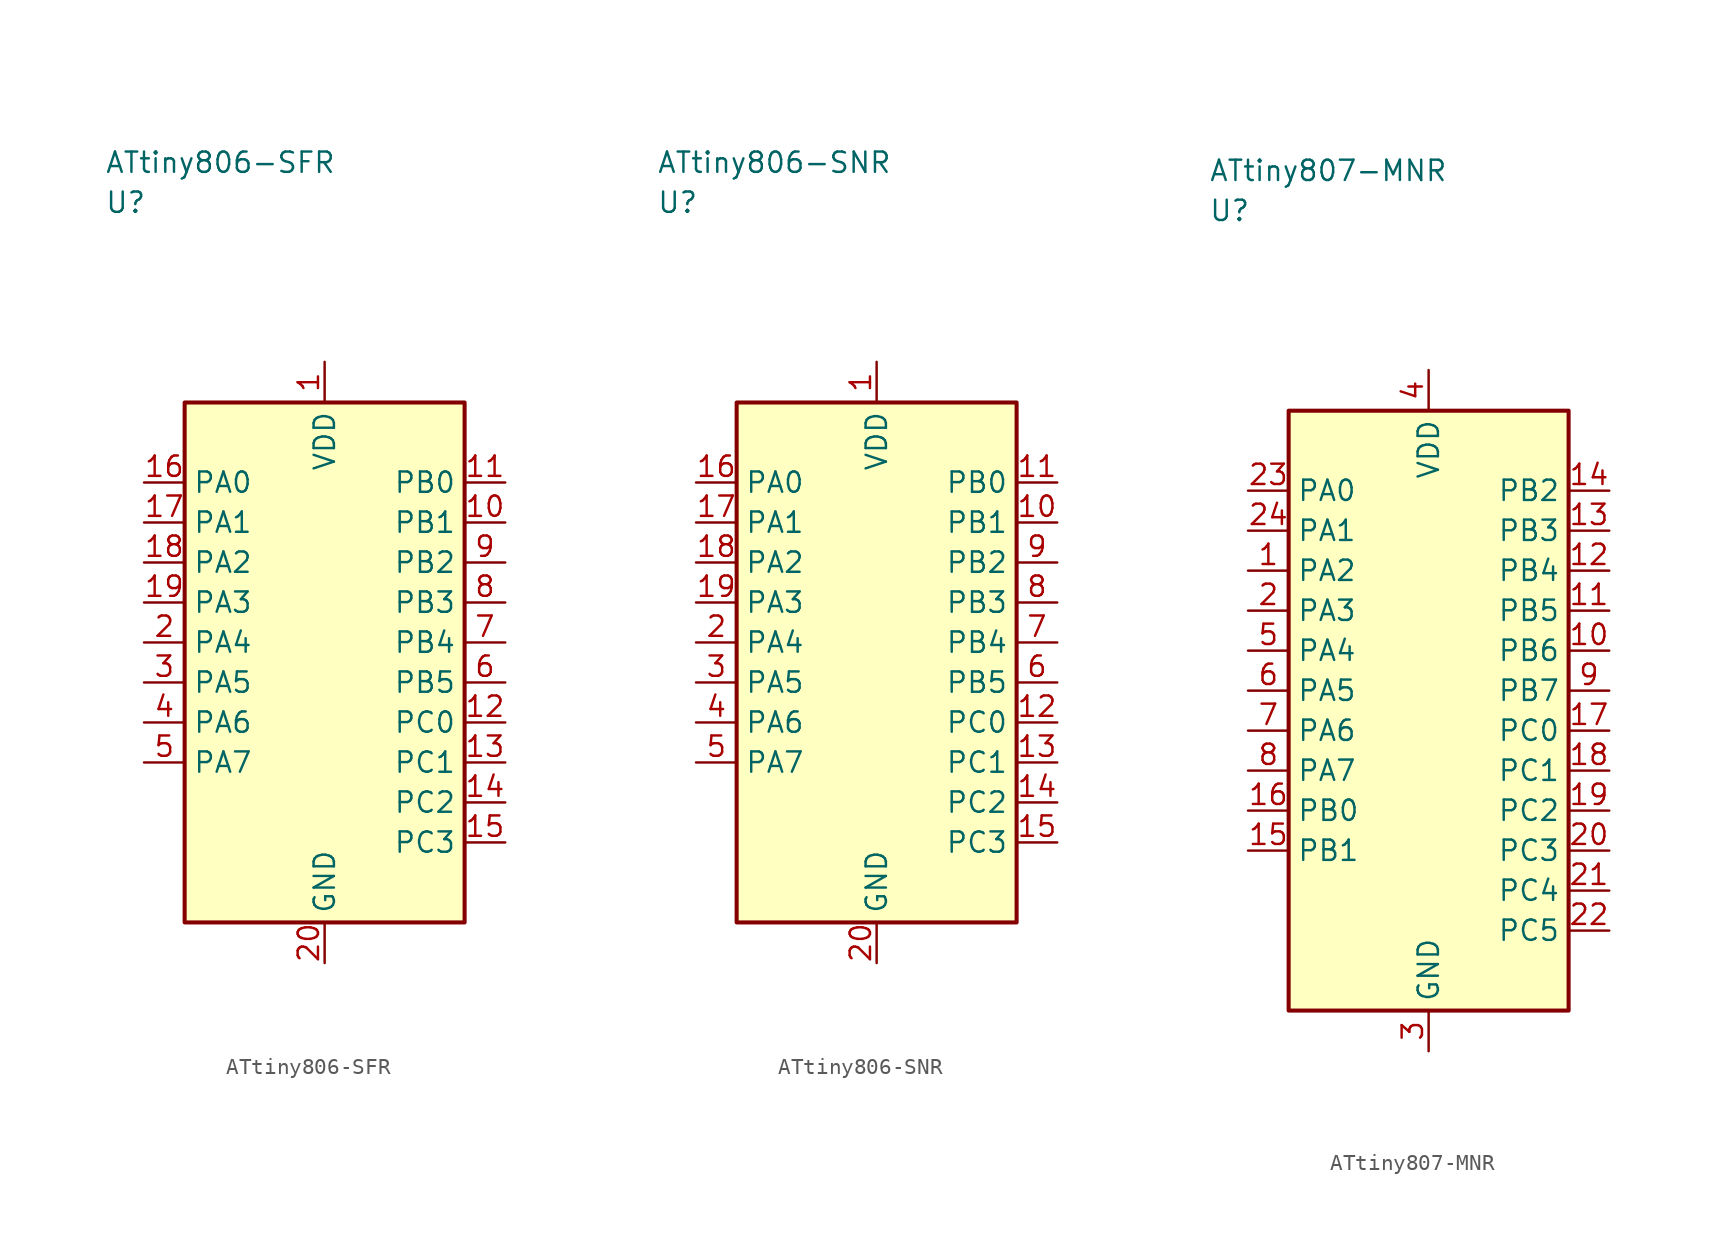
<source format=kicad_sym>
(kicad_symbol_lib
  (version 20241025)
  (generator "kicad_symbol_editor")
  (generator_version "8.0")
  (symbol "ATtiny806-SFR"
    (property "Reference" "U"
      (at -13.75 28.75 0)
      (effects (font (size 1.27 1.27)) (justify left)))
    (property "Value" "ATtiny806-SFR"
      (at -13.75 31.25 0)
      (effects (font (size 1.27 1.27)) (justify left)))
    (symbol "ATtiny806-SFR_0_1"
      (rectangle (start -8.75 16.25) (end 8.75 -16.25) (stroke (width 0.254) (type default)) (fill (type background))))
    (symbol "ATtiny806-SFR_1_1"
      (pin power_in line (at 0.0 18.79 270.0) (length 2.54) (name "VDD" (effects (font (size 1.27 1.27)))) (number "1" (effects (font (size 1.27 1.27)))))
      (pin bidirectional line (at -11.29 1.25 0.0) (length 2.54) (name "PA4" (effects (font (size 1.27 1.27)))) (number "2" (effects (font (size 1.27 1.27)))))
      (pin bidirectional line (at -11.29 -1.25 0.0) (length 2.54) (name "PA5" (effects (font (size 1.27 1.27)))) (number "3" (effects (font (size 1.27 1.27)))))
      (pin bidirectional line (at -11.29 -3.75 0.0) (length 2.54) (name "PA6" (effects (font (size 1.27 1.27)))) (number "4" (effects (font (size 1.27 1.27)))))
      (pin bidirectional line (at -11.29 -6.25 0.0) (length 2.54) (name "PA7" (effects (font (size 1.27 1.27)))) (number "5" (effects (font (size 1.27 1.27)))))
      (pin bidirectional line (at 11.29 -1.25 180.0) (length 2.54) (name "PB5" (effects (font (size 1.27 1.27)))) (number "6" (effects (font (size 1.27 1.27)))))
      (pin bidirectional line (at 11.29 1.25 180.0) (length 2.54) (name "PB4" (effects (font (size 1.27 1.27)))) (number "7" (effects (font (size 1.27 1.27)))))
      (pin bidirectional line (at 11.29 3.75 180.0) (length 2.54) (name "PB3" (effects (font (size 1.27 1.27)))) (number "8" (effects (font (size 1.27 1.27)))))
      (pin bidirectional line (at 11.29 6.25 180.0) (length 2.54) (name "PB2" (effects (font (size 1.27 1.27)))) (number "9" (effects (font (size 1.27 1.27)))))
      (pin bidirectional line (at 11.29 8.75 180.0) (length 2.54) (name "PB1" (effects (font (size 1.27 1.27)))) (number "10" (effects (font (size 1.27 1.27)))))
      (pin bidirectional line (at 11.29 11.25 180.0) (length 2.54) (name "PB0" (effects (font (size 1.27 1.27)))) (number "11" (effects (font (size 1.27 1.27)))))
      (pin bidirectional line (at 11.29 -3.75 180.0) (length 2.54) (name "PC0" (effects (font (size 1.27 1.27)))) (number "12" (effects (font (size 1.27 1.27)))))
      (pin bidirectional line (at 11.29 -6.25 180.0) (length 2.54) (name "PC1" (effects (font (size 1.27 1.27)))) (number "13" (effects (font (size 1.27 1.27)))))
      (pin bidirectional line (at 11.29 -8.75 180.0) (length 2.54) (name "PC2" (effects (font (size 1.27 1.27)))) (number "14" (effects (font (size 1.27 1.27)))))
      (pin bidirectional line (at 11.29 -11.25 180.0) (length 2.54) (name "PC3" (effects (font (size 1.27 1.27)))) (number "15" (effects (font (size 1.27 1.27)))))
      (pin bidirectional line (at -11.29 11.25 0.0) (length 2.54) (name "PA0" (effects (font (size 1.27 1.27)))) (number "16" (effects (font (size 1.27 1.27)))))
      (pin bidirectional line (at -11.29 8.75 0.0) (length 2.54) (name "PA1" (effects (font (size 1.27 1.27)))) (number "17" (effects (font (size 1.27 1.27)))))
      (pin bidirectional line (at -11.29 6.25 0.0) (length 2.54) (name "PA2" (effects (font (size 1.27 1.27)))) (number "18" (effects (font (size 1.27 1.27)))))
      (pin bidirectional line (at -11.29 3.75 0.0) (length 2.54) (name "PA3" (effects (font (size 1.27 1.27)))) (number "19" (effects (font (size 1.27 1.27)))))
      (pin passive line (at 0.0 -18.79 90.0) (length 2.54) (name "GND" (effects (font (size 1.27 1.27)))) (number "20" (effects (font (size 1.27 1.27)))))))
  (symbol "ATtiny806-SNR"
    (property "Reference" "U"
      (at -13.75 28.75 0)
      (effects (font (size 1.27 1.27)) (justify left)))
    (property "Value" "ATtiny806-SNR"
      (at -13.75 31.25 0)
      (effects (font (size 1.27 1.27)) (justify left)))
    (symbol "ATtiny806-SNR_0_1"
      (rectangle (start -8.75 16.25) (end 8.75 -16.25) (stroke (width 0.254) (type default)) (fill (type background))))
    (symbol "ATtiny806-SNR_1_1"
      (pin power_in line (at 0.0 18.79 270.0) (length 2.54) (name "VDD" (effects (font (size 1.27 1.27)))) (number "1" (effects (font (size 1.27 1.27)))))
      (pin bidirectional line (at -11.29 1.25 0.0) (length 2.54) (name "PA4" (effects (font (size 1.27 1.27)))) (number "2" (effects (font (size 1.27 1.27)))))
      (pin bidirectional line (at -11.29 -1.25 0.0) (length 2.54) (name "PA5" (effects (font (size 1.27 1.27)))) (number "3" (effects (font (size 1.27 1.27)))))
      (pin bidirectional line (at -11.29 -3.75 0.0) (length 2.54) (name "PA6" (effects (font (size 1.27 1.27)))) (number "4" (effects (font (size 1.27 1.27)))))
      (pin bidirectional line (at -11.29 -6.25 0.0) (length 2.54) (name "PA7" (effects (font (size 1.27 1.27)))) (number "5" (effects (font (size 1.27 1.27)))))
      (pin bidirectional line (at 11.29 -1.25 180.0) (length 2.54) (name "PB5" (effects (font (size 1.27 1.27)))) (number "6" (effects (font (size 1.27 1.27)))))
      (pin bidirectional line (at 11.29 1.25 180.0) (length 2.54) (name "PB4" (effects (font (size 1.27 1.27)))) (number "7" (effects (font (size 1.27 1.27)))))
      (pin bidirectional line (at 11.29 3.75 180.0) (length 2.54) (name "PB3" (effects (font (size 1.27 1.27)))) (number "8" (effects (font (size 1.27 1.27)))))
      (pin bidirectional line (at 11.29 6.25 180.0) (length 2.54) (name "PB2" (effects (font (size 1.27 1.27)))) (number "9" (effects (font (size 1.27 1.27)))))
      (pin bidirectional line (at 11.29 8.75 180.0) (length 2.54) (name "PB1" (effects (font (size 1.27 1.27)))) (number "10" (effects (font (size 1.27 1.27)))))
      (pin bidirectional line (at 11.29 11.25 180.0) (length 2.54) (name "PB0" (effects (font (size 1.27 1.27)))) (number "11" (effects (font (size 1.27 1.27)))))
      (pin bidirectional line (at 11.29 -3.75 180.0) (length 2.54) (name "PC0" (effects (font (size 1.27 1.27)))) (number "12" (effects (font (size 1.27 1.27)))))
      (pin bidirectional line (at 11.29 -6.25 180.0) (length 2.54) (name "PC1" (effects (font (size 1.27 1.27)))) (number "13" (effects (font (size 1.27 1.27)))))
      (pin bidirectional line (at 11.29 -8.75 180.0) (length 2.54) (name "PC2" (effects (font (size 1.27 1.27)))) (number "14" (effects (font (size 1.27 1.27)))))
      (pin bidirectional line (at 11.29 -11.25 180.0) (length 2.54) (name "PC3" (effects (font (size 1.27 1.27)))) (number "15" (effects (font (size 1.27 1.27)))))
      (pin bidirectional line (at -11.29 11.25 0.0) (length 2.54) (name "PA0" (effects (font (size 1.27 1.27)))) (number "16" (effects (font (size 1.27 1.27)))))
      (pin bidirectional line (at -11.29 8.75 0.0) (length 2.54) (name "PA1" (effects (font (size 1.27 1.27)))) (number "17" (effects (font (size 1.27 1.27)))))
      (pin bidirectional line (at -11.29 6.25 0.0) (length 2.54) (name "PA2" (effects (font (size 1.27 1.27)))) (number "18" (effects (font (size 1.27 1.27)))))
      (pin bidirectional line (at -11.29 3.75 0.0) (length 2.54) (name "PA3" (effects (font (size 1.27 1.27)))) (number "19" (effects (font (size 1.27 1.27)))))
      (pin passive line (at 0.0 -18.79 90.0) (length 2.54) (name "GND" (effects (font (size 1.27 1.27)))) (number "20" (effects (font (size 1.27 1.27)))))))
  (symbol "ATtiny807-MNR"
    (property "Reference" "U"
      (at -13.75 31.25 0)
      (effects (font (size 1.27 1.27)) (justify left)))
    (property "Value" "ATtiny807-MNR"
      (at -13.75 33.75 0)
      (effects (font (size 1.27 1.27)) (justify left)))
    (symbol "ATtiny807-MNR_0_1"
      (rectangle (start -8.75 18.75) (end 8.75 -18.75) (stroke (width 0.254) (type default)) (fill (type background))))
    (symbol "ATtiny807-MNR_1_1"
      (pin bidirectional line (at -11.29 8.75 0.0) (length 2.54) (name "PA2" (effects (font (size 1.27 1.27)))) (number "1" (effects (font (size 1.27 1.27)))))
      (pin bidirectional line (at -11.29 6.25 0.0) (length 2.54) (name "PA3" (effects (font (size 1.27 1.27)))) (number "2" (effects (font (size 1.27 1.27)))))
      (pin passive line (at 0.0 -21.29 90.0) (length 2.54) (name "GND" (effects (font (size 1.27 1.27)))) (number "3" (effects (font (size 1.27 1.27)))))
      (pin power_in line (at 0.0 21.29 270.0) (length 2.54) (name "VDD" (effects (font (size 1.27 1.27)))) (number "4" (effects (font (size 1.27 1.27)))))
      (pin bidirectional line (at -11.29 3.75 0.0) (length 2.54) (name "PA4" (effects (font (size 1.27 1.27)))) (number "5" (effects (font (size 1.27 1.27)))))
      (pin bidirectional line (at -11.29 1.25 0.0) (length 2.54) (name "PA5" (effects (font (size 1.27 1.27)))) (number "6" (effects (font (size 1.27 1.27)))))
      (pin bidirectional line (at -11.29 -1.25 0.0) (length 2.54) (name "PA6" (effects (font (size 1.27 1.27)))) (number "7" (effects (font (size 1.27 1.27)))))
      (pin bidirectional line (at -11.29 -3.75 0.0) (length 2.54) (name "PA7" (effects (font (size 1.27 1.27)))) (number "8" (effects (font (size 1.27 1.27)))))
      (pin bidirectional line (at 11.29 1.25 180.0) (length 2.54) (name "PB7" (effects (font (size 1.27 1.27)))) (number "9" (effects (font (size 1.27 1.27)))))
      (pin bidirectional line (at 11.29 3.75 180.0) (length 2.54) (name "PB6" (effects (font (size 1.27 1.27)))) (number "10" (effects (font (size 1.27 1.27)))))
      (pin bidirectional line (at 11.29 6.25 180.0) (length 2.54) (name "PB5" (effects (font (size 1.27 1.27)))) (number "11" (effects (font (size 1.27 1.27)))))
      (pin bidirectional line (at 11.29 8.75 180.0) (length 2.54) (name "PB4" (effects (font (size 1.27 1.27)))) (number "12" (effects (font (size 1.27 1.27)))))
      (pin bidirectional line (at 11.29 11.25 180.0) (length 2.54) (name "PB3" (effects (font (size 1.27 1.27)))) (number "13" (effects (font (size 1.27 1.27)))))
      (pin bidirectional line (at 11.29 13.75 180.0) (length 2.54) (name "PB2" (effects (font (size 1.27 1.27)))) (number "14" (effects (font (size 1.27 1.27)))))
      (pin bidirectional line (at -11.29 -8.75 0.0) (length 2.54) (name "PB1" (effects (font (size 1.27 1.27)))) (number "15" (effects (font (size 1.27 1.27)))))
      (pin bidirectional line (at -11.29 -6.25 0.0) (length 2.54) (name "PB0" (effects (font (size 1.27 1.27)))) (number "16" (effects (font (size 1.27 1.27)))))
      (pin bidirectional line (at 11.29 -1.25 180.0) (length 2.54) (name "PC0" (effects (font (size 1.27 1.27)))) (number "17" (effects (font (size 1.27 1.27)))))
      (pin bidirectional line (at 11.29 -3.75 180.0) (length 2.54) (name "PC1" (effects (font (size 1.27 1.27)))) (number "18" (effects (font (size 1.27 1.27)))))
      (pin bidirectional line (at 11.29 -6.25 180.0) (length 2.54) (name "PC2" (effects (font (size 1.27 1.27)))) (number "19" (effects (font (size 1.27 1.27)))))
      (pin bidirectional line (at 11.29 -8.75 180.0) (length 2.54) (name "PC3" (effects (font (size 1.27 1.27)))) (number "20" (effects (font (size 1.27 1.27)))))
      (pin bidirectional line (at 11.29 -11.25 180.0) (length 2.54) (name "PC4" (effects (font (size 1.27 1.27)))) (number "21" (effects (font (size 1.27 1.27)))))
      (pin bidirectional line (at 11.29 -13.75 180.0) (length 2.54) (name "PC5" (effects (font (size 1.27 1.27)))) (number "22" (effects (font (size 1.27 1.27)))))
      (pin bidirectional line (at -11.29 13.75 0.0) (length 2.54) (name "PA0" (effects (font (size 1.27 1.27)))) (number "23" (effects (font (size 1.27 1.27)))))
      (pin bidirectional line (at -11.29 11.25 0.0) (length 2.54) (name "PA1" (effects (font (size 1.27 1.27)))) (number "24" (effects (font (size 1.27 1.27))))))))
</source>
